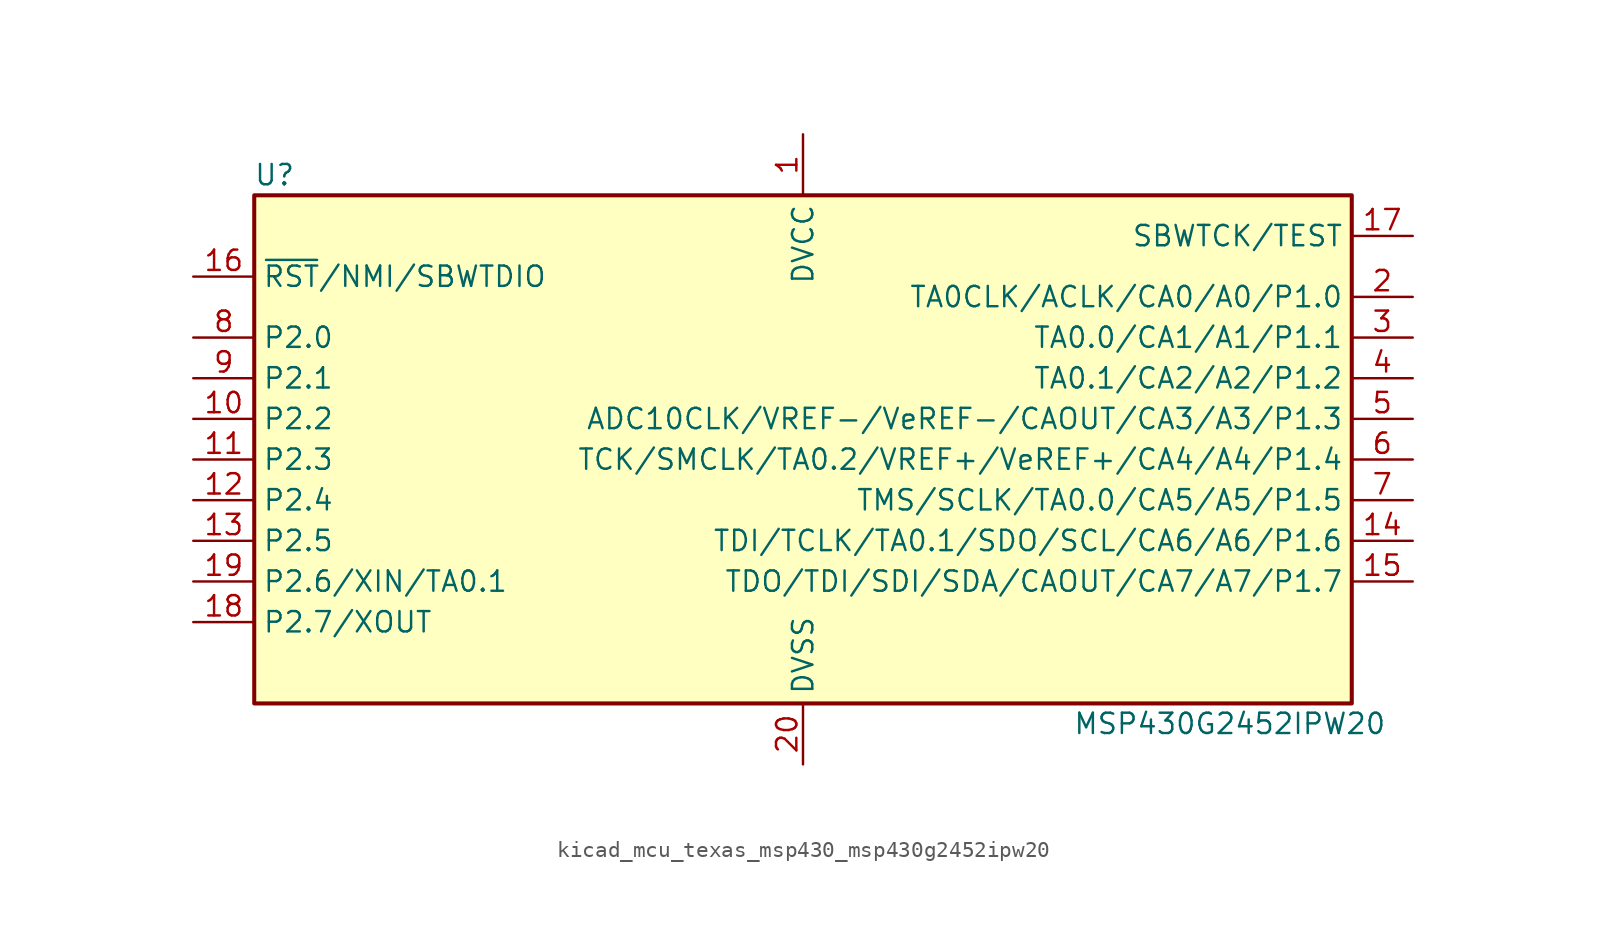
<source format=kicad_sym>
(kicad_symbol_lib
  (version 20220914)
  (generator kicad_symbol_editor)
  (symbol "kicad_mcu_texas_msp430_msp430g2452ipw20"
    (property "Reference" "U"
      (at -33.02 17.78 0)
      (effects (font (size 1.27 1.27))))
    (property "Value" "MSP430G2452IPW20"
      (at 26.67 -16.51 0)
      (effects (font (size 1.27 1.27))))
    (symbol "kicad_mcu_texas_msp430_msp430g2452ipw20_0_1"
      (rectangle (start -34.29 16.51) (end 34.29 -15.24) (stroke (width 0.254) (type default)) (fill (type background))))
    (symbol "kicad_mcu_texas_msp430_msp430g2452ipw20_1_1"
      (pin power_in line (at 0 20.32 270) (length 3.81) (name "DVCC" (effects (font (size 1.27 1.27)))) (number "1" (effects (font (size 1.27 1.27)))))
      (pin bidirectional line (at -38.1 2.54 0) (length 3.81) (name "P2.2" (effects (font (size 1.27 1.27)))) (number "10" (effects (font (size 1.27 1.27)))))
      (pin bidirectional line (at -38.1 0 0) (length 3.81) (name "P2.3" (effects (font (size 1.27 1.27)))) (number "11" (effects (font (size 1.27 1.27)))))
      (pin bidirectional line (at -38.1 -2.54 0) (length 3.81) (name "P2.4" (effects (font (size 1.27 1.27)))) (number "12" (effects (font (size 1.27 1.27)))))
      (pin bidirectional line (at -38.1 -5.08 0) (length 3.81) (name "P2.5" (effects (font (size 1.27 1.27)))) (number "13" (effects (font (size 1.27 1.27)))))
      (pin bidirectional line (at 38.1 -5.08 180) (length 3.81) (name "TDI/TCLK/TA0.1/SDO/SCL/CA6/A6/P1.6" (effects (font (size 1.27 1.27)))) (number "14" (effects (font (size 1.27 1.27)))))
      (pin bidirectional line (at 38.1 -7.62 180) (length 3.81) (name "TDO/TDI/SDI/SDA/CAOUT/CA7/A7/P1.7" (effects (font (size 1.27 1.27)))) (number "15" (effects (font (size 1.27 1.27)))))
      (pin input line (at -38.1 11.43 0) (length 3.81) (name "~{RST}/NMI/SBWTDIO" (effects (font (size 1.27 1.27)))) (number "16" (effects (font (size 1.27 1.27)))))
      (pin input line (at 38.1 13.97 180) (length 3.81) (name "SBWTCK/TEST" (effects (font (size 1.27 1.27)))) (number "17" (effects (font (size 1.27 1.27)))))
      (pin bidirectional line (at -38.1 -10.16 0) (length 3.81) (name "P2.7/XOUT" (effects (font (size 1.27 1.27)))) (number "18" (effects (font (size 1.27 1.27)))))
      (pin bidirectional line (at -38.1 -7.62 0) (length 3.81) (name "P2.6/XIN/TA0.1" (effects (font (size 1.27 1.27)))) (number "19" (effects (font (size 1.27 1.27)))))
      (pin bidirectional line (at 38.1 10.16 180) (length 3.81) (name "TA0CLK/ACLK/CA0/A0/P1.0" (effects (font (size 1.27 1.27)))) (number "2" (effects (font (size 1.27 1.27)))))
      (pin power_in line (at 0 -19.05 90) (length 3.81) (name "DVSS" (effects (font (size 1.27 1.27)))) (number "20" (effects (font (size 1.27 1.27)))))
      (pin bidirectional line (at 38.1 7.62 180) (length 3.81) (name "TA0.0/CA1/A1/P1.1" (effects (font (size 1.27 1.27)))) (number "3" (effects (font (size 1.27 1.27)))))
      (pin bidirectional line (at 38.1 5.08 180) (length 3.81) (name "TA0.1/CA2/A2/P1.2" (effects (font (size 1.27 1.27)))) (number "4" (effects (font (size 1.27 1.27)))))
      (pin bidirectional line (at 38.1 2.54 180) (length 3.81) (name "ADC10CLK/VREF-/VeREF-/CAOUT/CA3/A3/P1.3" (effects (font (size 1.27 1.27)))) (number "5" (effects (font (size 1.27 1.27)))))
      (pin bidirectional line (at 38.1 0 180) (length 3.81) (name "TCK/SMCLK/TA0.2/VREF+/VeREF+/CA4/A4/P1.4" (effects (font (size 1.27 1.27)))) (number "6" (effects (font (size 1.27 1.27)))))
      (pin bidirectional line (at 38.1 -2.54 180) (length 3.81) (name "TMS/SCLK/TA0.0/CA5/A5/P1.5" (effects (font (size 1.27 1.27)))) (number "7" (effects (font (size 1.27 1.27)))))
      (pin bidirectional line (at -38.1 7.62 0) (length 3.81) (name "P2.0" (effects (font (size 1.27 1.27)))) (number "8" (effects (font (size 1.27 1.27)))))
      (pin bidirectional line (at -38.1 5.08 0) (length 3.81) (name "P2.1" (effects (font (size 1.27 1.27)))) (number "9" (effects (font (size 1.27 1.27))))))))
</source>
